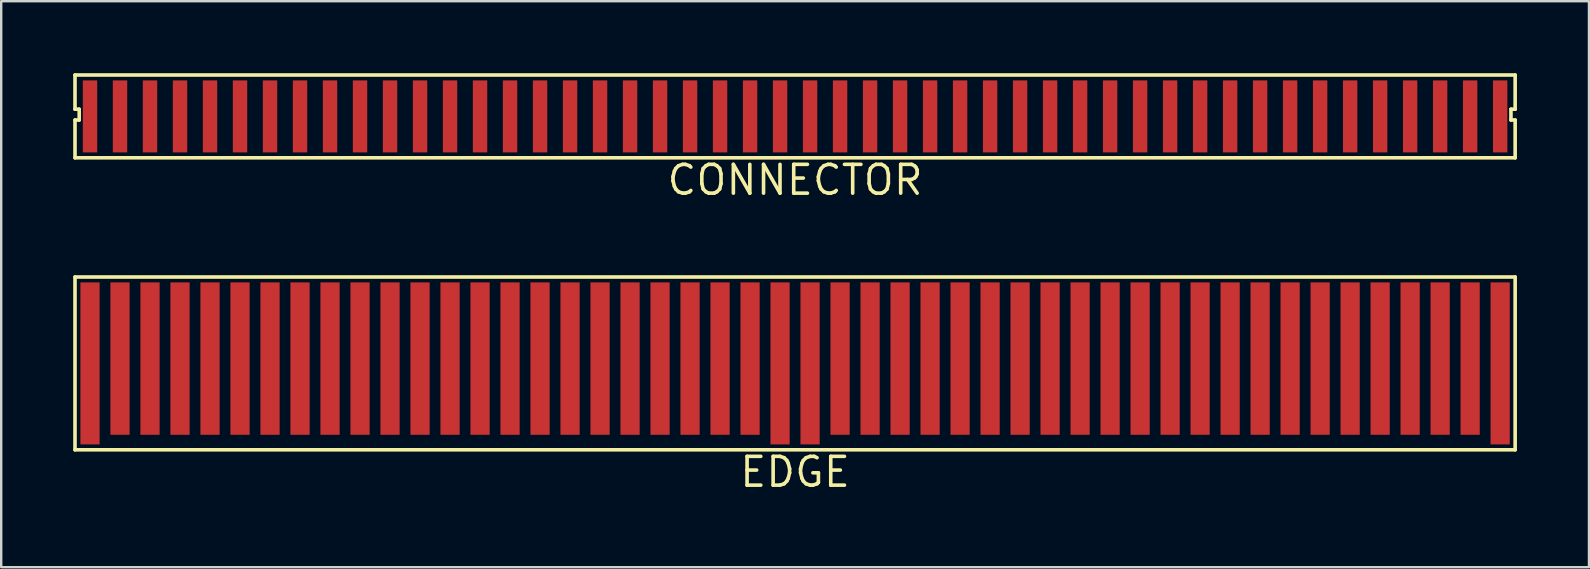
<source format=kicad_pcb>
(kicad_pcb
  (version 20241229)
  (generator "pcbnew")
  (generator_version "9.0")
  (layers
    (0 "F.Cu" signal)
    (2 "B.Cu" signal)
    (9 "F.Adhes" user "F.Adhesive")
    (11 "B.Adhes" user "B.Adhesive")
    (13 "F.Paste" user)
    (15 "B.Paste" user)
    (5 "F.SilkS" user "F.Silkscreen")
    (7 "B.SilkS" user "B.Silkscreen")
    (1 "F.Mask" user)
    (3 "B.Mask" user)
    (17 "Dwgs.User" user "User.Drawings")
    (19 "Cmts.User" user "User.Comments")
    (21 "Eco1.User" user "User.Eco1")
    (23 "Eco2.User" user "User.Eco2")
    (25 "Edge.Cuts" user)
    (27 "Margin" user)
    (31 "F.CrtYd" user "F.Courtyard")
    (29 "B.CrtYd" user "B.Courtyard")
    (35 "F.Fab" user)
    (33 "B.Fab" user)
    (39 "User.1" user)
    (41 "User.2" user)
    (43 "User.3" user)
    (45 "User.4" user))
  (footprint "EDGE"
    (layer "F.Cu")
    (at 30.075 11.89)
    (property "Reference" "EDGE" (at 0 4.725 0) (layer "F.SilkS") (effects (font (size 1.2 1.2) (thickness 0.15))))
    (attr through_hole)
    (fp_line (start -30 -3.4) (end 30 -3.4) (stroke (width 0.15) (type solid)) (layer "F.SilkS"))
    (fp_line (start -30 3.8) (end -30 -3.4) (stroke (width 0.15) (type solid)) (layer "F.SilkS"))
    (fp_line (start -30 3.8) (end 30 3.8) (stroke (width 0.15) (type solid)) (layer "F.SilkS"))
    (fp_line (start 30 -3.4) (end 30 3.8) (stroke (width 0.15) (type solid)) (layer "F.SilkS"))
    (pad "0" smd rect (at -29.375 0) (size 0.001 0.001) (layers "F.Cu" "F.Mask" "F.Paste"))
    (pad "0" smd rect (at 29.375 0) (size 0.001 0.001) (layers "F.Cu" "F.Mask" "F.Paste"))
    (pad "1" smd rect (at -29.375 0.2) (size 0.8 6.75) (layers "F.Cu" "F.Mask" "F.Paste"))
    (pad "2" smd rect (at -28.125 0) (size 0.8 6.35) (layers "F.Cu" "F.Mask" "F.Paste"))
    (pad "3" smd rect (at -26.875 0) (size 0.8 6.35) (layers "F.Cu" "F.Mask" "F.Paste"))
    (pad "4" smd rect (at -25.625 0) (size 0.8 6.35) (layers "F.Cu" "F.Mask" "F.Paste"))
    (pad "5" smd rect (at -24.375 0) (size 0.8 6.35) (layers "F.Cu" "F.Mask" "F.Paste"))
    (pad "6" smd rect (at -23.125 0) (size 0.8 6.35) (layers "F.Cu" "F.Mask" "F.Paste"))
    (pad "7" smd rect (at -21.875 0) (size 0.8 6.35) (layers "F.Cu" "F.Mask" "F.Paste"))
    (pad "8" smd rect (at -20.625 0) (size 0.8 6.35) (layers "F.Cu" "F.Mask" "F.Paste"))
    (pad "9" smd rect (at -19.375 0) (size 0.8 6.35) (layers "F.Cu" "F.Mask" "F.Paste"))
    (pad "10" smd rect (at -18.125 0) (size 0.8 6.35) (layers "F.Cu" "F.Mask" "F.Paste"))
    (pad "11" smd rect (at -16.875 0) (size 0.8 6.35) (layers "F.Cu" "F.Mask" "F.Paste"))
    (pad "12" smd rect (at -15.625 0) (size 0.8 6.35) (layers "F.Cu" "F.Mask" "F.Paste"))
    (pad "13" smd rect (at -14.375 0) (size 0.8 6.35) (layers "F.Cu" "F.Mask" "F.Paste"))
    (pad "14" smd rect (at -13.125 0) (size 0.8 6.35) (layers "F.Cu" "F.Mask" "F.Paste"))
    (pad "15" smd rect (at -11.875 0) (size 0.8 6.35) (layers "F.Cu" "F.Mask" "F.Paste"))
    (pad "16" smd rect (at -10.625 0) (size 0.8 6.35) (layers "F.Cu" "F.Mask" "F.Paste"))
    (pad "17" smd rect (at -9.375 0) (size 0.8 6.35) (layers "F.Cu" "F.Mask" "F.Paste"))
    (pad "18" smd rect (at -8.125 0) (size 0.8 6.35) (layers "F.Cu" "F.Mask" "F.Paste"))
    (pad "19" smd rect (at -6.875 0) (size 0.8 6.35) (layers "F.Cu" "F.Mask" "F.Paste"))
    (pad "20" smd rect (at -5.625 0) (size 0.8 6.35) (layers "F.Cu" "F.Mask" "F.Paste"))
    (pad "21" smd rect (at -4.375 0) (size 0.8 6.35) (layers "F.Cu" "F.Mask" "F.Paste"))
    (pad "22" smd rect (at -3.125 0) (size 0.8 6.35) (layers "F.Cu" "F.Mask" "F.Paste"))
    (pad "23" smd rect (at -1.875 0) (size 0.8 6.35) (layers "F.Cu" "F.Mask" "F.Paste"))
    (pad "24" smd rect (at -0.625 0.2) (size 0.8 6.75) (layers "F.Cu" "F.Mask" "F.Paste"))
    (pad "25" smd rect (at 0.625 0.2) (size 0.8 6.75) (layers "F.Cu" "F.Mask" "F.Paste"))
    (pad "26" smd rect (at 1.875 0) (size 0.8 6.35) (layers "F.Cu" "F.Mask" "F.Paste"))
    (pad "27" smd rect (at 3.125 0) (size 0.8 6.35) (layers "F.Cu" "F.Mask" "F.Paste"))
    (pad "28" smd rect (at 4.375 0) (size 0.8 6.35) (layers "F.Cu" "F.Mask" "F.Paste"))
    (pad "29" smd rect (at 5.625 0) (size 0.8 6.35) (layers "F.Cu" "F.Mask" "F.Paste"))
    (pad "30" smd rect (at 6.875 0) (size 0.8 6.35) (layers "F.Cu" "F.Mask" "F.Paste"))
    (pad "31" smd rect (at 8.125 0) (size 0.8 6.35) (layers "F.Cu" "F.Mask" "F.Paste"))
    (pad "32" smd rect (at 9.375 0) (size 0.8 6.35) (layers "F.Cu" "F.Mask" "F.Paste"))
    (pad "33" smd rect (at 10.625 0) (size 0.8 6.35) (layers "F.Cu" "F.Mask" "F.Paste"))
    (pad "34" smd rect (at 11.875 0) (size 0.8 6.35) (layers "F.Cu" "F.Mask" "F.Paste"))
    (pad "35" smd rect (at 13.125 0) (size 0.8 6.35) (layers "F.Cu" "F.Mask" "F.Paste"))
    (pad "36" smd rect (at 14.375 0) (size 0.8 6.35) (layers "F.Cu" "F.Mask" "F.Paste"))
    (pad "37" smd rect (at 15.625 0) (size 0.8 6.35) (layers "F.Cu" "F.Mask" "F.Paste"))
    (pad "38" smd rect (at 16.875 0) (size 0.8 6.35) (layers "F.Cu" "F.Mask" "F.Paste"))
    (pad "39" smd rect (at 18.125 0) (size 0.8 6.35) (layers "F.Cu" "F.Mask" "F.Paste"))
    (pad "40" smd rect (at 19.375 0) (size 0.8 6.35) (layers "F.Cu" "F.Mask" "F.Paste"))
    (pad "41" smd rect (at 20.625 0) (size 0.8 6.35) (layers "F.Cu" "F.Mask" "F.Paste"))
    (pad "42" smd rect (at 21.875 0) (size 0.8 6.35) (layers "F.Cu" "F.Mask" "F.Paste"))
    (pad "43" smd rect (at 23.125 0) (size 0.8 6.35) (layers "F.Cu" "F.Mask" "F.Paste"))
    (pad "44" smd rect (at 24.375 0) (size 0.8 6.35) (layers "F.Cu" "F.Mask" "F.Paste"))
    (pad "45" smd rect (at 25.625 0) (size 0.8 6.35) (layers "F.Cu" "F.Mask" "F.Paste"))
    (pad "46" smd rect (at 26.875 0) (size 0.8 6.35) (layers "F.Cu" "F.Mask" "F.Paste"))
    (pad "47" smd rect (at 28.125 0) (size 0.8 6.35) (layers "F.Cu" "F.Mask" "F.Paste"))
    (pad "48" smd rect (at 29.375 0.2) (size 0.8 6.75) (layers "F.Cu" "F.Mask" "F.Paste")))
  (footprint "CONNECTOR"
    (layer "F.Cu")
    (at 30.075 1.8)
    (property "Reference" "CONNECTOR" (at 0 2.65 0) (layer "F.SilkS") (effects (font (size 1.2 1.2) (thickness 0.15))))
    (attr through_hole)
    (fp_line (start -30 -1.725) (end 30 -1.725) (stroke (width 0.15) (type solid)) (layer "F.SilkS"))
    (fp_line (start -30 -0.3) (end -30 -1.725) (stroke (width 0.15) (type solid)) (layer "F.SilkS"))
    (fp_line (start -30 0.15) (end -29.825 0.15) (stroke (width 0.15) (type solid)) (layer "F.SilkS"))
    (fp_line (start -30 1.725) (end -30 0.15) (stroke (width 0.15) (type solid)) (layer "F.SilkS"))
    (fp_line (start -30 1.725) (end 30 1.725) (stroke (width 0.15) (type solid)) (layer "F.SilkS"))
    (fp_line (start -29.825 -0.3) (end -30 -0.3) (stroke (width 0.15) (type solid)) (layer "F.SilkS"))
    (fp_line (start -29.825 0.15) (end -29.825 -0.3) (stroke (width 0.15) (type solid)) (layer "F.SilkS"))
    (fp_line (start 29.825 -0.3) (end 30 -0.3) (stroke (width 0.15) (type solid)) (layer "F.SilkS"))
    (fp_line (start 29.825 0.15) (end 29.825 -0.3) (stroke (width 0.15) (type solid)) (layer "F.SilkS"))
    (fp_line (start 30 -0.3) (end 30 -1.725) (stroke (width 0.15) (type solid)) (layer "F.SilkS"))
    (fp_line (start 30 0.15) (end 29.825 0.15) (stroke (width 0.15) (type solid)) (layer "F.SilkS"))
    (fp_line (start 30 1.725) (end 30 0.15) (stroke (width 0.15) (type solid)) (layer "F.SilkS"))
    (pad "0" smd rect (at -29.375 0) (size 0.001 0.001) (layers "F.Cu" "F.Mask" "F.Paste"))
    (pad "0" smd rect (at 29.375 0) (size 0.001 0.001) (layers "F.Cu" "F.Mask" "F.Paste"))
    (pad "1" smd rect (at -29.375 0) (size 0.6 3) (layers "F.Cu" "F.Mask" "F.Paste"))
    (pad "2" smd rect (at -28.125 0) (size 0.6 3) (layers "F.Cu" "F.Mask" "F.Paste"))
    (pad "3" smd rect (at -26.875 0) (size 0.6 3) (layers "F.Cu" "F.Mask" "F.Paste"))
    (pad "4" smd rect (at -25.625 0) (size 0.6 3) (layers "F.Cu" "F.Mask" "F.Paste"))
    (pad "5" smd rect (at -24.375 0) (size 0.6 3) (layers "F.Cu" "F.Mask" "F.Paste"))
    (pad "6" smd rect (at -23.125 0) (size 0.6 3) (layers "F.Cu" "F.Mask" "F.Paste"))
    (pad "7" smd rect (at -21.875 0) (size 0.6 3) (layers "F.Cu" "F.Mask" "F.Paste"))
    (pad "8" smd rect (at -20.625 0) (size 0.6 3) (layers "F.Cu" "F.Mask" "F.Paste"))
    (pad "9" smd rect (at -19.375 0) (size 0.6 3) (layers "F.Cu" "F.Mask" "F.Paste"))
    (pad "10" smd rect (at -18.125 0) (size 0.6 3) (layers "F.Cu" "F.Mask" "F.Paste"))
    (pad "11" smd rect (at -16.875 0) (size 0.6 3) (layers "F.Cu" "F.Mask" "F.Paste"))
    (pad "12" smd rect (at -15.625 0) (size 0.6 3) (layers "F.Cu" "F.Mask" "F.Paste"))
    (pad "13" smd rect (at -14.375 0) (size 0.6 3) (layers "F.Cu" "F.Mask" "F.Paste"))
    (pad "14" smd rect (at -13.125 0) (size 0.6 3) (layers "F.Cu" "F.Mask" "F.Paste"))
    (pad "15" smd rect (at -11.875 0) (size 0.6 3) (layers "F.Cu" "F.Mask" "F.Paste"))
    (pad "16" smd rect (at -10.625 0) (size 0.6 3) (layers "F.Cu" "F.Mask" "F.Paste"))
    (pad "17" smd rect (at -9.375 0) (size 0.6 3) (layers "F.Cu" "F.Mask" "F.Paste"))
    (pad "18" smd rect (at -8.125 0) (size 0.6 3) (layers "F.Cu" "F.Mask" "F.Paste"))
    (pad "19" smd rect (at -6.875 0) (size 0.6 3) (layers "F.Cu" "F.Mask" "F.Paste"))
    (pad "20" smd rect (at -5.625 0) (size 0.6 3) (layers "F.Cu" "F.Mask" "F.Paste"))
    (pad "21" smd rect (at -4.375 0) (size 0.6 3) (layers "F.Cu" "F.Mask" "F.Paste"))
    (pad "22" smd rect (at -3.125 0) (size 0.6 3) (layers "F.Cu" "F.Mask" "F.Paste"))
    (pad "23" smd rect (at -1.875 0) (size 0.6 3) (layers "F.Cu" "F.Mask" "F.Paste"))
    (pad "24" smd rect (at -0.625 0) (size 0.6 3) (layers "F.Cu" "F.Mask" "F.Paste"))
    (pad "25" smd rect (at 0.625 0) (size 0.6 3) (layers "F.Cu" "F.Mask" "F.Paste"))
    (pad "26" smd rect (at 1.875 0) (size 0.6 3) (layers "F.Cu" "F.Mask" "F.Paste"))
    (pad "27" smd rect (at 3.125 0) (size 0.6 3) (layers "F.Cu" "F.Mask" "F.Paste"))
    (pad "28" smd rect (at 4.375 0) (size 0.6 3) (layers "F.Cu" "F.Mask" "F.Paste"))
    (pad "29" smd rect (at 5.625 0) (size 0.6 3) (layers "F.Cu" "F.Mask" "F.Paste"))
    (pad "30" smd rect (at 6.875 0) (size 0.6 3) (layers "F.Cu" "F.Mask" "F.Paste"))
    (pad "31" smd rect (at 8.125 0) (size 0.6 3) (layers "F.Cu" "F.Mask" "F.Paste"))
    (pad "32" smd rect (at 9.375 0) (size 0.6 3) (layers "F.Cu" "F.Mask" "F.Paste"))
    (pad "33" smd rect (at 10.625 0) (size 0.6 3) (layers "F.Cu" "F.Mask" "F.Paste"))
    (pad "34" smd rect (at 11.875 0) (size 0.6 3) (layers "F.Cu" "F.Mask" "F.Paste"))
    (pad "35" smd rect (at 13.125 0) (size 0.6 3) (layers "F.Cu" "F.Mask" "F.Paste"))
    (pad "36" smd rect (at 14.375 0) (size 0.6 3) (layers "F.Cu" "F.Mask" "F.Paste"))
    (pad "37" smd rect (at 15.625 0) (size 0.6 3) (layers "F.Cu" "F.Mask" "F.Paste"))
    (pad "38" smd rect (at 16.875 0) (size 0.6 3) (layers "F.Cu" "F.Mask" "F.Paste"))
    (pad "39" smd rect (at 18.125 0) (size 0.6 3) (layers "F.Cu" "F.Mask" "F.Paste"))
    (pad "40" smd rect (at 19.375 0) (size 0.6 3) (layers "F.Cu" "F.Mask" "F.Paste"))
    (pad "41" smd rect (at 20.625 0) (size 0.6 3) (layers "F.Cu" "F.Mask" "F.Paste"))
    (pad "42" smd rect (at 21.875 0) (size 0.6 3) (layers "F.Cu" "F.Mask" "F.Paste"))
    (pad "43" smd rect (at 23.125 0) (size 0.6 3) (layers "F.Cu" "F.Mask" "F.Paste"))
    (pad "44" smd rect (at 24.375 0) (size 0.6 3) (layers "F.Cu" "F.Mask" "F.Paste"))
    (pad "45" smd rect (at 25.625 0) (size 0.6 3) (layers "F.Cu" "F.Mask" "F.Paste"))
    (pad "46" smd rect (at 26.875 0) (size 0.6 3) (layers "F.Cu" "F.Mask" "F.Paste"))
    (pad "47" smd rect (at 28.125 0) (size 0.6 3) (layers "F.Cu" "F.Mask" "F.Paste"))
    (pad "48" smd rect (at 29.375 0) (size 0.6 3) (layers "F.Cu" "F.Mask" "F.Paste")))
  (gr_rect
    (start -3 -3)
    (end 63.15 20.581)
    (stroke (width 0.1) (type default))
    (fill no)
    (layer "Edge.Cuts")))
</source>
